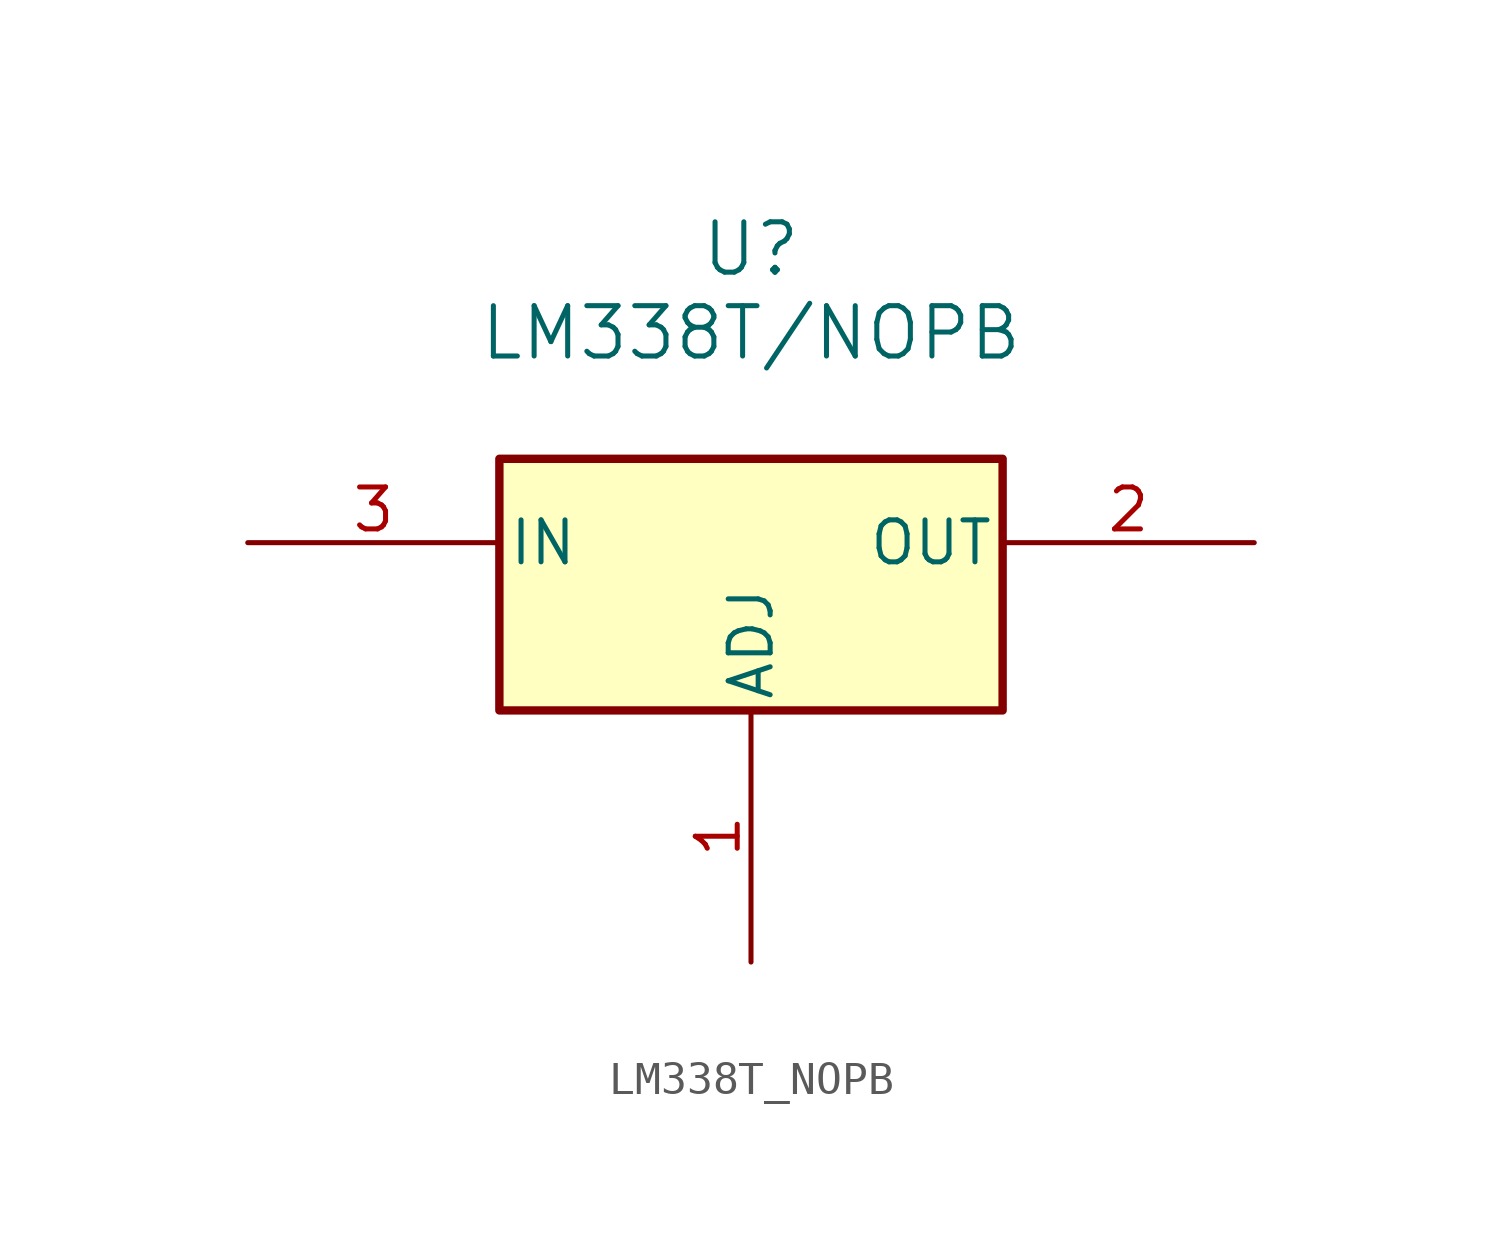
<source format=kicad_sym>
(kicad_symbol_lib
  (version 20241209)
  (generator "kicad_symbol_editor")
  (generator_version "9.0")
  (symbol "LM338T_NOPB"
    (pin_names
      (offset 0.254))
    (property "Reference" "U"
      (at 27.94 10.16 0)
      (effects (font (size 1.524 1.524))))
    (property "Value" "LM338T/NOPB"
      (at 27.94 7.62 0)
      (effects (font (size 1.524 1.524))))
    (property "ki_locked" ""
      (at 0 0 0)
      (effects (font (size 1.27 1.27))))
    (symbol "LM338T_NOPB_0_1"
      (rectangle (start 20.32 3.81) (end 35.56 -3.81) (stroke (width 0.254) (type default)) (fill (type background)))
      (pin power_in line (at 12.7 1.27 0) (length 7.62) (name "IN" (effects (font (size 1.27 1.27)))) (number "3" (effects (font (size 1.27 1.27)))))
      (pin power_in line (at 43.18 1.27 180) (length 7.62) (name "OUT" (effects (font (size 1.27 1.27)))) (number "2" (effects (font (size 1.27 1.27))))))
    (symbol "LM338T_NOPB_1_1"
      (pin input line (at 27.94 -11.43 90) (length 7.62) (name "ADJ" (effects (font (size 1.27 1.27)))) (number "1" (effects (font (size 1.27 1.27))))))))
</source>
